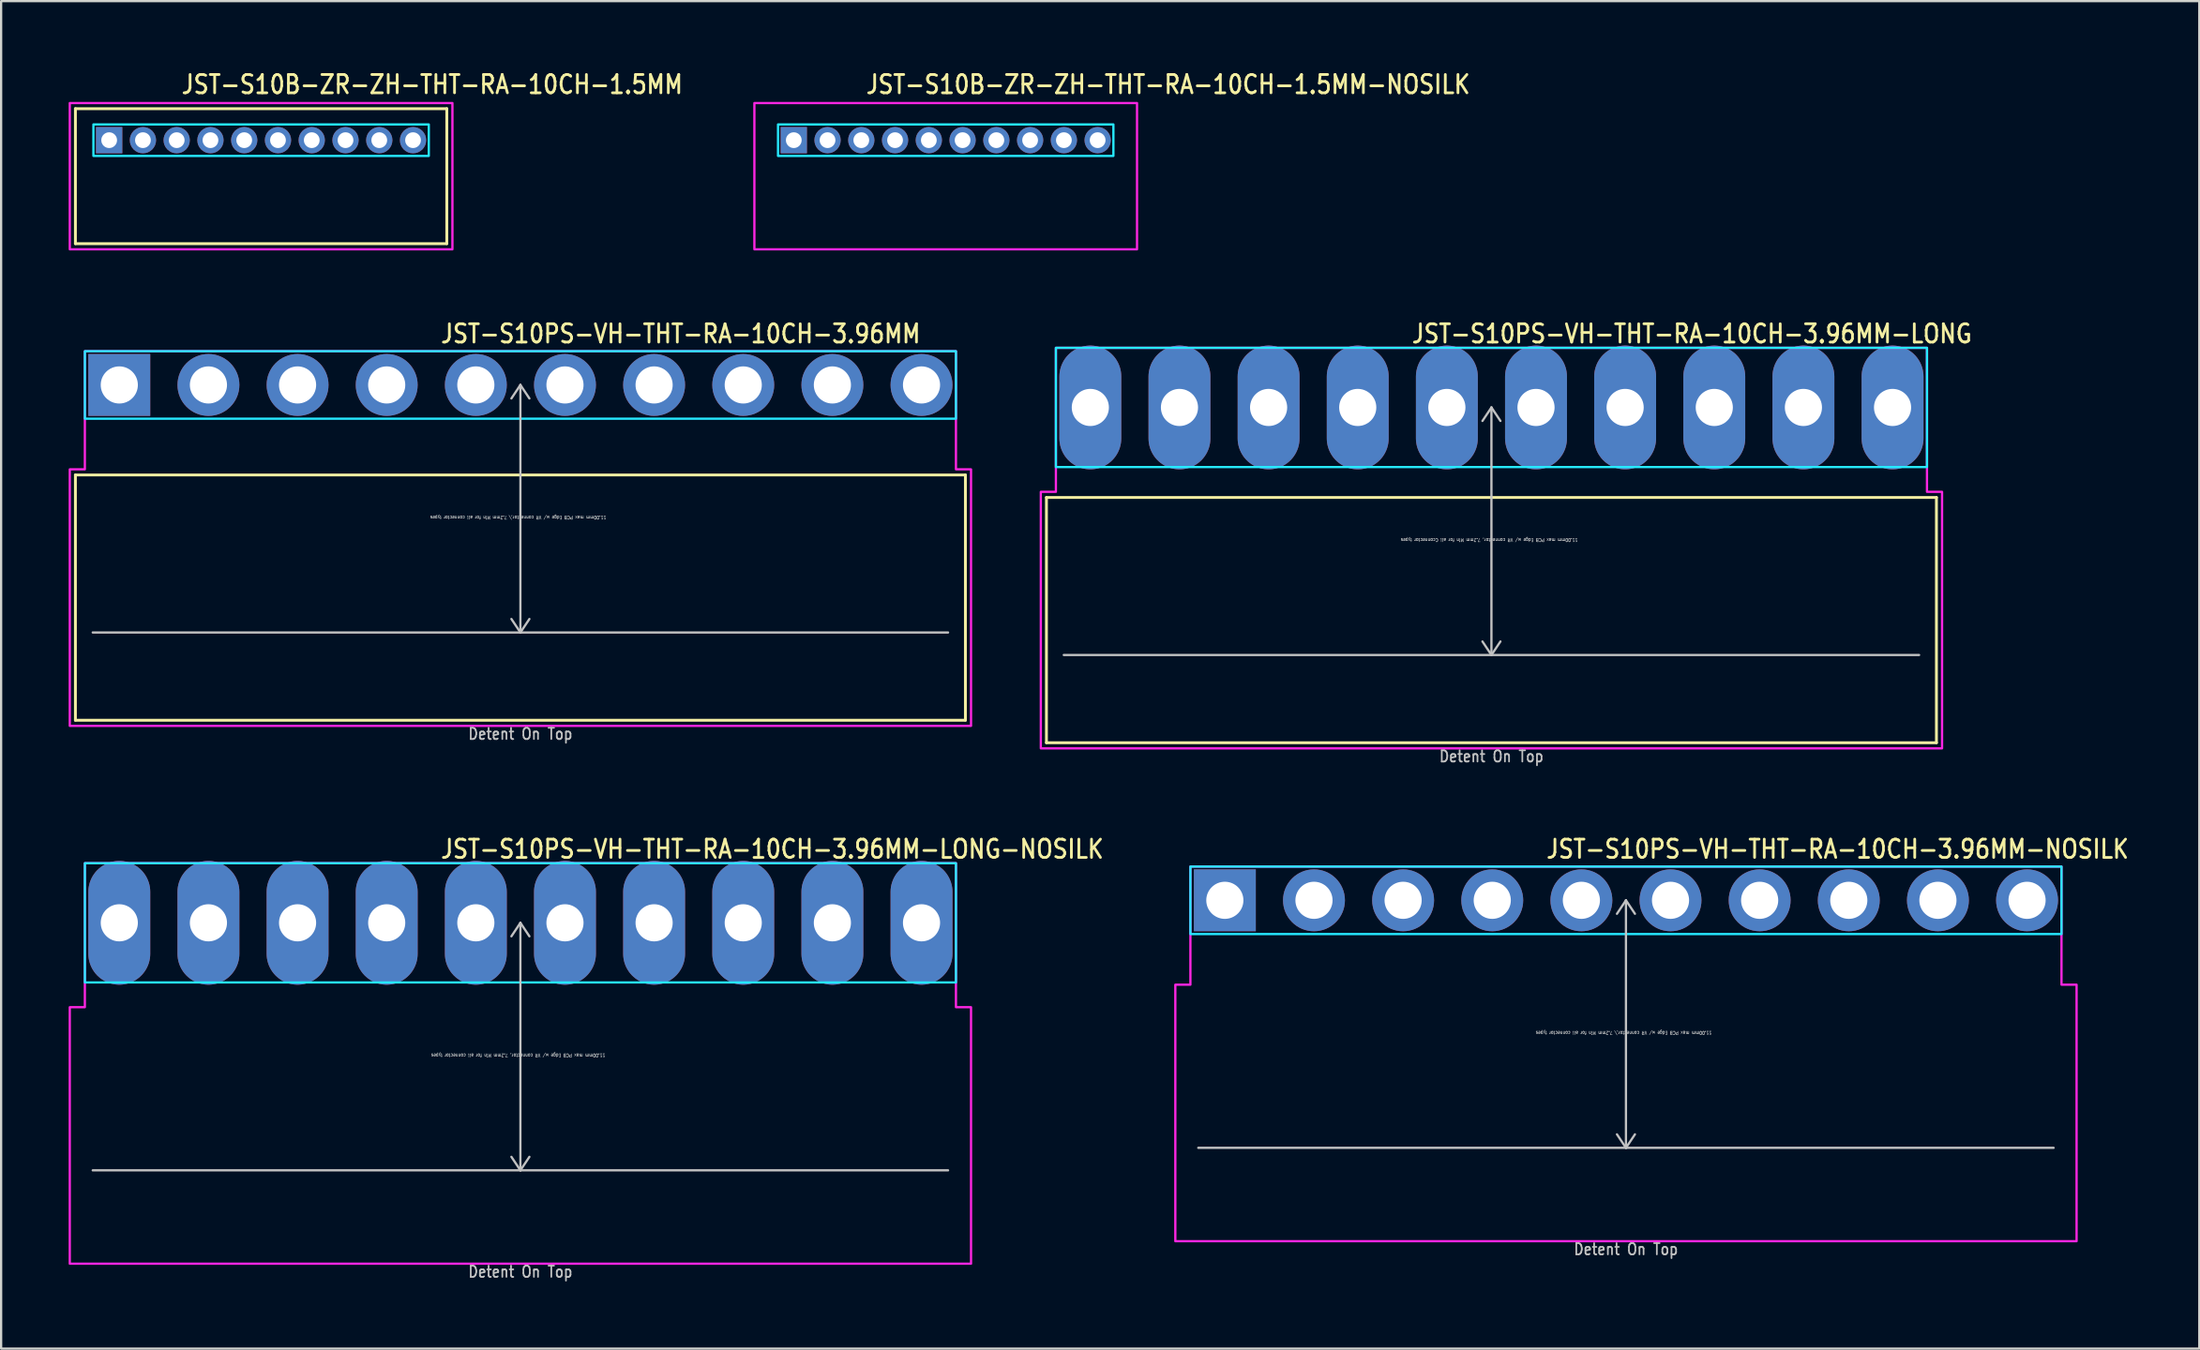
<source format=kicad_pcb>
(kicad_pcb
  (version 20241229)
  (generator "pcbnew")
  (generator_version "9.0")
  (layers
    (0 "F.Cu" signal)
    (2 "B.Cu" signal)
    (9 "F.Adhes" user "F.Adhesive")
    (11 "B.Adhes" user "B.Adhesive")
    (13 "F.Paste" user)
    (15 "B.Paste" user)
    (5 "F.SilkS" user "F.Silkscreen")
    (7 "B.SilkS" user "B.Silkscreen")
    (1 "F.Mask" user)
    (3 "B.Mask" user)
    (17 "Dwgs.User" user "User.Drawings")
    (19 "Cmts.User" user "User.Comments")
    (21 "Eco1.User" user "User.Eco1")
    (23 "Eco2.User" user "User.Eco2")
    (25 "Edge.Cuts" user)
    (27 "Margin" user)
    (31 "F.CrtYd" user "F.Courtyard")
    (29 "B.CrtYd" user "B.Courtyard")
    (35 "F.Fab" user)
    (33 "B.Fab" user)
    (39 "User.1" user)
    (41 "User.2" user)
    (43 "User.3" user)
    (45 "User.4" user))
  (footprint "JST-S10B-ZR-ZH-THT-RA-10CH-1.5MM"
    (layer "F.Cu")
    (at 8.55 3.179)
    (property "Reference" "JST-S10B-ZR-ZH-THT-RA-10CH-1.5MM" (at -3.6 -2 0) (unlocked yes) (layer "F.SilkS") (effects (font (size 0.813 0.695) (thickness 0.122)) (justify left bottom)))
    (fp_line (start -8.25 -1.4) (end 8.25 -1.4) (stroke (width 0.127) (type solid)) (layer "F.SilkS"))
    (fp_line (start -8.25 4.6) (end -8.25 -1.4) (stroke (width 0.127) (type solid)) (layer "F.SilkS"))
    (fp_line (start -8.25 4.6) (end 8.25 4.6) (stroke (width 0.127) (type solid)) (layer "F.SilkS"))
    (fp_line (start 8.25 -1.4) (end 8.25 4.6) (stroke (width 0.127) (type solid)) (layer "F.SilkS"))
    (fp_poly (pts (xy -7.45 -0.7) (xy -7.45 0.7) (xy 7.45 0.7) (xy 7.45 -0.7)) (stroke (width 0.1) (type solid)) (fill no) (layer "B.CrtYd"))
    (fp_poly (pts (xy -8.5 -1.65) (xy -8.5 4.85) (xy 8.5 4.85) (xy 8.5 -1.65)) (stroke (width 0.1) (type solid)) (fill no) (layer "F.CrtYd"))
    (pad "1" thru_hole rect (at -6.75 0) (size 1.167 1.167) (drill 0.7) (layers "*.Cu" "*.Mask"))
    (pad "2" thru_hole oval (at -5.25 0) (size 1.167 1.167) (drill 0.7) (layers "*.Cu" "*.Mask"))
    (pad "3" thru_hole oval (at -3.75 0) (size 1.167 1.167) (drill 0.7) (layers "*.Cu" "*.Mask"))
    (pad "4" thru_hole oval (at -2.25 0) (size 1.167 1.167) (drill 0.7) (layers "*.Cu" "*.Mask"))
    (pad "5" thru_hole oval (at -0.75 0) (size 1.167 1.167) (drill 0.7) (layers "*.Cu" "*.Mask"))
    (pad "6" thru_hole oval (at 0.75 0) (size 1.167 1.167) (drill 0.7) (layers "*.Cu" "*.Mask"))
    (pad "7" thru_hole oval (at 2.25 0) (size 1.167 1.167) (drill 0.7) (layers "*.Cu" "*.Mask"))
    (pad "8" thru_hole oval (at 3.75 0) (size 1.167 1.167) (drill 0.7) (layers "*.Cu" "*.Mask"))
    (pad "9" thru_hole oval (at 5.25 0) (size 1.167 1.167) (drill 0.7) (layers "*.Cu" "*.Mask"))
    (pad "10" thru_hole oval (at 6.75 0) (size 1.167 1.167) (drill 0.7) (layers "*.Cu" "*.Mask")))
  (footprint "JST-S10PS-VH-THT-RA-10CH-3.96MM-NOSILK"
    (layer "F.Cu")
    (at 69.186 36.959)
    (property "Reference" "JST-S10PS-VH-THT-RA-10CH-3.96MM-NOSILK" (at -3.6 -1.8 0) (unlocked yes) (layer "F.SilkS") (effects (font (size 0.813 0.695) (thickness 0.122)) (justify left bottom)))
    (fp_line (start -19 11) (end 19 11) (stroke (width 0.1) (type solid)) (layer "Dwgs.User"))
    (fp_line (start 0 0) (end -0.4 0.6) (stroke (width 0.1) (type solid)) (layer "Dwgs.User"))
    (fp_line (start 0 0) (end 0 11) (stroke (width 0.1) (type solid)) (layer "Dwgs.User"))
    (fp_line (start 0 0) (end 0.4 0.6) (stroke (width 0.1) (type solid)) (layer "Dwgs.User"))
    (fp_line (start 0 11) (end -0.4 10.4) (stroke (width 0.1) (type solid)) (layer "Dwgs.User"))
    (fp_line (start 0 11) (end 0.4 10.4) (stroke (width 0.1) (type solid)) (layer "Dwgs.User"))
    (fp_poly (pts (xy -19.35 -1.5) (xy -19.35 1.5) (xy 19.35 1.5) (xy 19.35 -1.5)) (stroke (width 0.1) (type solid)) (fill no) (layer "B.CrtYd"))
    (fp_poly (pts (xy -20.02 3.75) (xy -20.02 15.15) (xy 20.02 15.15) (xy 20.02 3.75) (xy 19.35 3.75) (xy 19.35 -1.5) (xy -19.35 -1.5) (xy -19.35 3.75)) (stroke (width 0.1) (type solid)) (fill no) (layer "F.CrtYd"))
    (fp_text user "Detent On Top" (at 0 15.8 0) (unlocked yes) (layer "Dwgs.User") (effects (font (size 0.5 0.427) (thickness 0.075)) (justify bottom)))
    (fp_text user "11.00mm max PCB Edge w/ VR connector,\\ 7.2mm Min for all connector types" (at -0.1 5.8 180) (unlocked yes) (layer "Dwgs.User") (effects (font (size 0.15 0.128) (thickness 0.022)) (justify bottom)))
    (pad "1" thru_hole rect (at -17.82 0) (size 2.75 2.75) (drill 1.65) (layers "*.Cu" "*.Mask"))
    (pad "2" thru_hole oval (at -13.86 0) (size 2.75 2.75) (drill 1.65) (layers "*.Cu" "*.Mask"))
    (pad "3" thru_hole oval (at -9.9 0) (size 2.75 2.75) (drill 1.65) (layers "*.Cu" "*.Mask"))
    (pad "4" thru_hole oval (at -5.94 0) (size 2.75 2.75) (drill 1.65) (layers "*.Cu" "*.Mask"))
    (pad "5" thru_hole oval (at -1.98 0) (size 2.75 2.75) (drill 1.65) (layers "*.Cu" "*.Mask"))
    (pad "6" thru_hole oval (at 1.98 0) (size 2.75 2.75) (drill 1.65) (layers "*.Cu" "*.Mask"))
    (pad "7" thru_hole oval (at 5.94 0) (size 2.75 2.75) (drill 1.65) (layers "*.Cu" "*.Mask"))
    (pad "8" thru_hole oval (at 9.9 0) (size 2.75 2.75) (drill 1.65) (layers "*.Cu" "*.Mask"))
    (pad "9" thru_hole oval (at 13.86 0) (size 2.75 2.75) (drill 1.65) (layers "*.Cu" "*.Mask"))
    (pad "10" thru_hole oval (at 17.82 0) (size 2.75 2.75) (drill 1.65) (layers "*.Cu" "*.Mask")))
  (footprint "JST-S10B-ZR-ZH-THT-RA-10CH-1.5MM-NOSILK"
    (layer "F.Cu")
    (at 38.965 3.179)
    (property "Reference" "JST-S10B-ZR-ZH-THT-RA-10CH-1.5MM-NOSILK" (at -3.6 -2 0) (unlocked yes) (layer "F.SilkS") (effects (font (size 0.813 0.695) (thickness 0.122)) (justify left bottom)))
    (fp_poly (pts (xy -7.45 -0.7) (xy -7.45 0.7) (xy 7.45 0.7) (xy 7.45 -0.7)) (stroke (width 0.1) (type solid)) (fill no) (layer "B.CrtYd"))
    (fp_poly (pts (xy -8.5 -1.65) (xy -8.5 4.85) (xy 8.5 4.85) (xy 8.5 -1.65)) (stroke (width 0.1) (type solid)) (fill no) (layer "F.CrtYd"))
    (pad "1" thru_hole rect (at -6.75 0) (size 1.167 1.167) (drill 0.7) (layers "*.Cu" "*.Mask"))
    (pad "2" thru_hole oval (at -5.25 0) (size 1.167 1.167) (drill 0.7) (layers "*.Cu" "*.Mask"))
    (pad "3" thru_hole oval (at -3.75 0) (size 1.167 1.167) (drill 0.7) (layers "*.Cu" "*.Mask"))
    (pad "4" thru_hole oval (at -2.25 0) (size 1.167 1.167) (drill 0.7) (layers "*.Cu" "*.Mask"))
    (pad "5" thru_hole oval (at -0.75 0) (size 1.167 1.167) (drill 0.7) (layers "*.Cu" "*.Mask"))
    (pad "6" thru_hole oval (at 0.75 0) (size 1.167 1.167) (drill 0.7) (layers "*.Cu" "*.Mask"))
    (pad "7" thru_hole oval (at 2.25 0) (size 1.167 1.167) (drill 0.7) (layers "*.Cu" "*.Mask"))
    (pad "8" thru_hole oval (at 3.75 0) (size 1.167 1.167) (drill 0.7) (layers "*.Cu" "*.Mask"))
    (pad "9" thru_hole oval (at 5.25 0) (size 1.167 1.167) (drill 0.7) (layers "*.Cu" "*.Mask"))
    (pad "10" thru_hole oval (at 6.75 0) (size 1.167 1.167) (drill 0.7) (layers "*.Cu" "*.Mask")))
  (footprint "JST-S10PS-VH-THT-RA-10CH-3.96MM-LONG-NOSILK"
    (layer "F.Cu")
    (at 20.07 37.959)
    (property "Reference" "JST-S10PS-VH-THT-RA-10CH-3.96MM-LONG-NOSILK" (at -3.6 -2.8 0) (unlocked yes) (layer "F.SilkS") (effects (font (size 0.813 0.695) (thickness 0.122)) (justify left bottom)))
    (fp_line (start -19 11) (end 19 11) (stroke (width 0.1) (type solid)) (layer "Dwgs.User"))
    (fp_line (start 0 0) (end -0.4 0.6) (stroke (width 0.1) (type solid)) (layer "Dwgs.User"))
    (fp_line (start 0 0) (end 0 11) (stroke (width 0.1) (type solid)) (layer "Dwgs.User"))
    (fp_line (start 0 0) (end 0.4 0.6) (stroke (width 0.1) (type solid)) (layer "Dwgs.User"))
    (fp_line (start 0 11) (end -0.4 10.4) (stroke (width 0.1) (type solid)) (layer "Dwgs.User"))
    (fp_line (start 0 11) (end 0.4 10.4) (stroke (width 0.1) (type solid)) (layer "Dwgs.User"))
    (fp_poly (pts (xy -19.35 -2.65) (xy -19.35 2.65) (xy 19.35 2.65) (xy 19.35 -2.65)) (stroke (width 0.1) (type solid)) (fill no) (layer "B.CrtYd"))
    (fp_poly (pts (xy -20.02 3.75) (xy -20.02 15.15) (xy 20.02 15.15) (xy 20.02 3.75) (xy 19.35 3.75) (xy 19.35 -2.65) (xy -19.35 -2.65) (xy -19.35 3.75)) (stroke (width 0.1) (type solid)) (fill no) (layer "F.CrtYd"))
    (fp_text user "Detent On Top" (at 0 15.8 0) (unlocked yes) (layer "Dwgs.User") (effects (font (size 0.5 0.427) (thickness 0.075)) (justify bottom)))
    (fp_text user "11.00mm max PCB Edge w/ VR connector, 7.2mm Min for all connector types" (at -0.1 5.8 180) (unlocked yes) (layer "Dwgs.User") (effects (font (size 0.15 0.128) (thickness 0.022)) (justify bottom)))
    (pad "1" thru_hole oval (at -17.82 0 90) (size 5.5 2.75) (drill 1.65) (layers "*.Cu" "*.Mask"))
    (pad "2" thru_hole oval (at -13.86 0 90) (size 5.5 2.75) (drill 1.65) (layers "*.Cu" "*.Mask"))
    (pad "3" thru_hole oval (at -9.9 0 90) (size 5.5 2.75) (drill 1.65) (layers "*.Cu" "*.Mask"))
    (pad "4" thru_hole oval (at -5.94 0 90) (size 5.5 2.75) (drill 1.65) (layers "*.Cu" "*.Mask"))
    (pad "5" thru_hole oval (at -1.98 0 90) (size 5.5 2.75) (drill 1.65) (layers "*.Cu" "*.Mask"))
    (pad "6" thru_hole oval (at 1.98 0 90) (size 5.5 2.75) (drill 1.65) (layers "*.Cu" "*.Mask"))
    (pad "7" thru_hole oval (at 5.94 0 90) (size 5.5 2.75) (drill 1.65) (layers "*.Cu" "*.Mask"))
    (pad "8" thru_hole oval (at 9.9 0 90) (size 5.5 2.75) (drill 1.65) (layers "*.Cu" "*.Mask"))
    (pad "9" thru_hole oval (at 13.86 0 90) (size 5.5 2.75) (drill 1.65) (layers "*.Cu" "*.Mask"))
    (pad "10" thru_hole oval (at 17.82 0 90) (size 5.5 2.75) (drill 1.65) (layers "*.Cu" "*.Mask")))
  (footprint "JST-S10PS-VH-THT-RA-10CH-3.96MM-LONG"
    (layer "F.Cu")
    (at 63.21 15.057)
    (property "Reference" "JST-S10PS-VH-THT-RA-10CH-3.96MM-LONG" (at -3.6 -2.8 0) (unlocked yes) (layer "F.SilkS") (effects (font (size 0.813 0.695) (thickness 0.122)) (justify left bottom)))
    (fp_line (start -19.77 4) (end 19.77 4) (stroke (width 0.127) (type solid)) (layer "F.SilkS"))
    (fp_line (start -19.77 14.9) (end -19.77 4) (stroke (width 0.127) (type solid)) (layer "F.SilkS"))
    (fp_line (start -19.77 14.9) (end 19.77 14.9) (stroke (width 0.127) (type solid)) (layer "F.SilkS"))
    (fp_line (start 19.77 4) (end 19.77 14.9) (stroke (width 0.127) (type solid)) (layer "F.SilkS"))
    (fp_line (start -19 11) (end 19 11) (stroke (width 0.1) (type solid)) (layer "Dwgs.User"))
    (fp_line (start 0 0) (end -0.4 0.6) (stroke (width 0.1) (type solid)) (layer "Dwgs.User"))
    (fp_line (start 0 0) (end 0 11) (stroke (width 0.1) (type solid)) (layer "Dwgs.User"))
    (fp_line (start 0 0) (end 0.4 0.6) (stroke (width 0.1) (type solid)) (layer "Dwgs.User"))
    (fp_line (start 0 11) (end -0.4 10.4) (stroke (width 0.1) (type solid)) (layer "Dwgs.User"))
    (fp_line (start 0 11) (end 0.4 10.4) (stroke (width 0.1) (type solid)) (layer "Dwgs.User"))
    (fp_poly (pts (xy -19.35 -2.65) (xy -19.35 2.65) (xy 19.35 2.65) (xy 19.35 -2.65)) (stroke (width 0.1) (type solid)) (fill no) (layer "B.CrtYd"))
    (fp_poly (pts (xy -20.02 3.75) (xy -20.02 15.15) (xy 20.02 15.15) (xy 20.02 3.75) (xy 19.35 3.75) (xy 19.35 -2.65) (xy -19.35 -2.65) (xy -19.35 3.75)) (stroke (width 0.1) (type solid)) (fill no) (layer "F.CrtYd"))
    (fp_text user "11.00mm max PCB Edge w/ VR connector, 7.2mm Min for all Cconnector types" (at -0.1 5.8 180) (unlocked yes) (layer "Dwgs.User") (effects (font (size 0.15 0.128) (thickness 0.022)) (justify bottom)))
    (fp_text user "Detent On Top" (at 0 15.8 0) (unlocked yes) (layer "Dwgs.User") (effects (font (size 0.5 0.427) (thickness 0.075)) (justify bottom)))
    (pad "1" thru_hole oval (at -17.82 0 90) (size 5.5 2.75) (drill 1.65) (layers "*.Cu" "*.Mask"))
    (pad "2" thru_hole oval (at -13.86 0 90) (size 5.5 2.75) (drill 1.65) (layers "*.Cu" "*.Mask"))
    (pad "3" thru_hole oval (at -9.9 0 90) (size 5.5 2.75) (drill 1.65) (layers "*.Cu" "*.Mask"))
    (pad "4" thru_hole oval (at -5.94 0 90) (size 5.5 2.75) (drill 1.65) (layers "*.Cu" "*.Mask"))
    (pad "5" thru_hole oval (at -1.98 0 90) (size 5.5 2.75) (drill 1.65) (layers "*.Cu" "*.Mask"))
    (pad "6" thru_hole oval (at 1.98 0 90) (size 5.5 2.75) (drill 1.65) (layers "*.Cu" "*.Mask"))
    (pad "7" thru_hole oval (at 5.94 0 90) (size 5.5 2.75) (drill 1.65) (layers "*.Cu" "*.Mask"))
    (pad "8" thru_hole oval (at 9.9 0 90) (size 5.5 2.75) (drill 1.65) (layers "*.Cu" "*.Mask"))
    (pad "9" thru_hole oval (at 13.86 0 90) (size 5.5 2.75) (drill 1.65) (layers "*.Cu" "*.Mask"))
    (pad "10" thru_hole oval (at 17.82 0 90) (size 5.5 2.75) (drill 1.65) (layers "*.Cu" "*.Mask")))
  (footprint "JST-S10PS-VH-THT-RA-10CH-3.96MM"
    (layer "F.Cu")
    (at 20.07 14.057)
    (property "Reference" "JST-S10PS-VH-THT-RA-10CH-3.96MM" (at -3.6 -1.8 0) (unlocked yes) (layer "F.SilkS") (effects (font (size 0.813 0.695) (thickness 0.122)) (justify left bottom)))
    (fp_line (start -19.77 4) (end 19.77 4) (stroke (width 0.127) (type solid)) (layer "F.SilkS"))
    (fp_line (start -19.77 14.9) (end -19.77 4) (stroke (width 0.127) (type solid)) (layer "F.SilkS"))
    (fp_line (start -19.77 14.9) (end 19.77 14.9) (stroke (width 0.127) (type solid)) (layer "F.SilkS"))
    (fp_line (start 19.77 4) (end 19.77 14.9) (stroke (width 0.127) (type solid)) (layer "F.SilkS"))
    (fp_line (start -19 11) (end 19 11) (stroke (width 0.1) (type solid)) (layer "Dwgs.User"))
    (fp_line (start 0 0) (end -0.4 0.6) (stroke (width 0.1) (type solid)) (layer "Dwgs.User"))
    (fp_line (start 0 0) (end 0 11) (stroke (width 0.1) (type solid)) (layer "Dwgs.User"))
    (fp_line (start 0 0) (end 0.4 0.6) (stroke (width 0.1) (type solid)) (layer "Dwgs.User"))
    (fp_line (start 0 11) (end -0.4 10.4) (stroke (width 0.1) (type solid)) (layer "Dwgs.User"))
    (fp_line (start 0 11) (end 0.4 10.4) (stroke (width 0.1) (type solid)) (layer "Dwgs.User"))
    (fp_poly (pts (xy -19.35 -1.5) (xy -19.35 1.5) (xy 19.35 1.5) (xy 19.35 -1.5)) (stroke (width 0.1) (type solid)) (fill no) (layer "B.CrtYd"))
    (fp_poly (pts (xy -20.02 3.75) (xy -20.02 15.15) (xy 20.02 15.15) (xy 20.02 3.75) (xy 19.35 3.75) (xy 19.35 -1.5) (xy -19.35 -1.5) (xy -19.35 3.75)) (stroke (width 0.1) (type solid)) (fill no) (layer "F.CrtYd"))
    (fp_text user "Detent On Top" (at 0 15.8 0) (unlocked yes) (layer "Dwgs.User") (effects (font (size 0.5 0.427) (thickness 0.075)) (justify bottom)))
    (fp_text user "11.00mm max PCB Edge w/ VR connector,\\ 7.2mm Min for all connector types" (at -0.1 5.8 180) (unlocked yes) (layer "Dwgs.User") (effects (font (size 0.15 0.128) (thickness 0.022)) (justify bottom)))
    (pad "1" thru_hole rect (at -17.82 0) (size 2.75 2.75) (drill 1.65) (layers "*.Cu" "*.Mask"))
    (pad "2" thru_hole oval (at -13.86 0) (size 2.75 2.75) (drill 1.65) (layers "*.Cu" "*.Mask"))
    (pad "3" thru_hole oval (at -9.9 0) (size 2.75 2.75) (drill 1.65) (layers "*.Cu" "*.Mask"))
    (pad "4" thru_hole oval (at -5.94 0) (size 2.75 2.75) (drill 1.65) (layers "*.Cu" "*.Mask"))
    (pad "5" thru_hole oval (at -1.98 0) (size 2.75 2.75) (drill 1.65) (layers "*.Cu" "*.Mask"))
    (pad "6" thru_hole oval (at 1.98 0) (size 2.75 2.75) (drill 1.65) (layers "*.Cu" "*.Mask"))
    (pad "7" thru_hole oval (at 5.94 0) (size 2.75 2.75) (drill 1.65) (layers "*.Cu" "*.Mask"))
    (pad "8" thru_hole oval (at 9.9 0) (size 2.75 2.75) (drill 1.65) (layers "*.Cu" "*.Mask"))
    (pad "9" thru_hole oval (at 13.86 0) (size 2.75 2.75) (drill 1.65) (layers "*.Cu" "*.Mask"))
    (pad "10" thru_hole oval (at 17.82 0) (size 2.75 2.75) (drill 1.65) (layers "*.Cu" "*.Mask")))
  (gr_rect
    (start -3 -3)
    (end 94.658 56.882)
    (stroke (width 0.1) (type default))
    (fill no)
    (layer "Edge.Cuts")))
</source>
